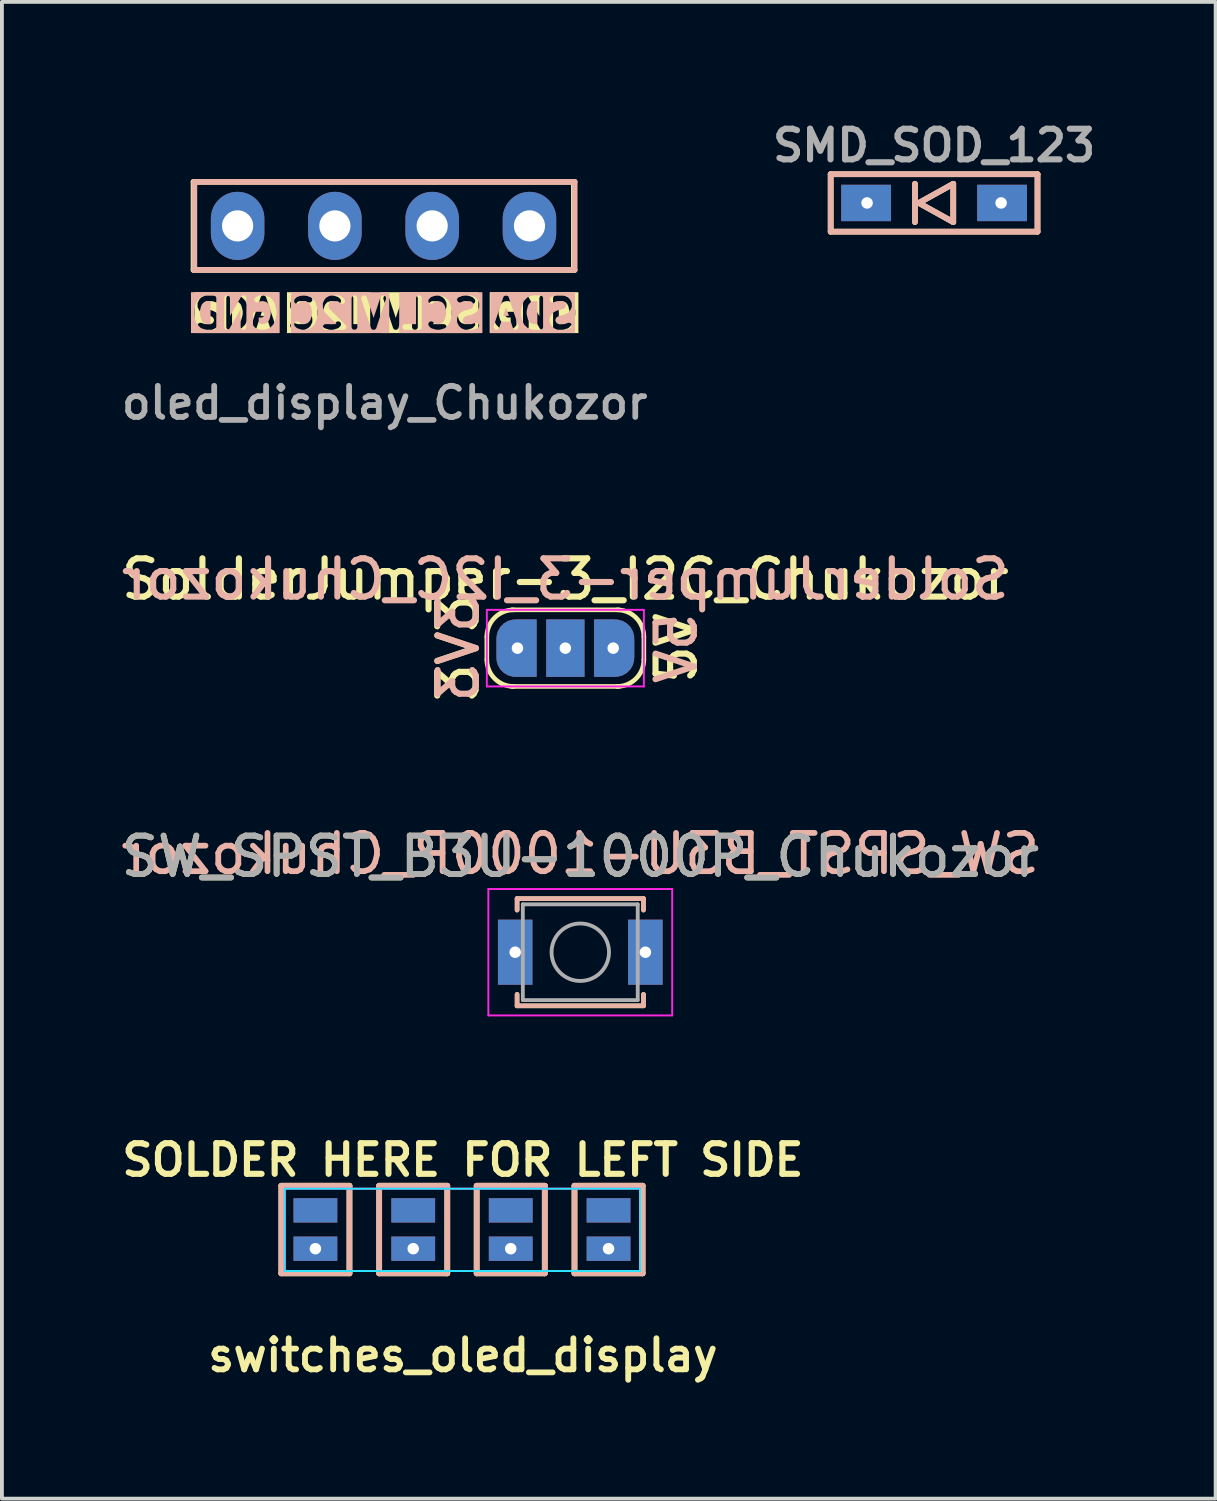
<source format=kicad_pcb>
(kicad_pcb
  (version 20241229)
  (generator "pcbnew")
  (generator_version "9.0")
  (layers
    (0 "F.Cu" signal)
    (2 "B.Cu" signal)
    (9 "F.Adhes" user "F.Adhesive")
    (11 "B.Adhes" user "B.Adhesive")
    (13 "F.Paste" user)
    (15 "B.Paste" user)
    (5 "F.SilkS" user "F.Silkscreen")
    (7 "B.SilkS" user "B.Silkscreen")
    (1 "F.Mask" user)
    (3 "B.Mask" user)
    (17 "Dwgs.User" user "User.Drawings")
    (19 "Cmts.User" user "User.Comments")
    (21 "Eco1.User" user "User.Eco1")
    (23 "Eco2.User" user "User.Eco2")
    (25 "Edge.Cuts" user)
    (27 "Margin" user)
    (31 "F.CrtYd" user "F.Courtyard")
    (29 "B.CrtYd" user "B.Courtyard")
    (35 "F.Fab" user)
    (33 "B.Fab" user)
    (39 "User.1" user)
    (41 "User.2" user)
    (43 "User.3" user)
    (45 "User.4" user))
  (footprint "oled_display_Chukozor"
    (layer "F.Cu")
    (at 6.994 2.848)
    (property "Reference" "oled_display_Chukozor" (at 0 4.62 180) (layer "F.Fab") (effects (font (size 0.813 0.813) (thickness 0.15))))
    (attr through_hole)
    (fp_line (start -4.99 -1.15) (end 4.94 -1.15) (stroke (width 0.15) (type solid)) (layer "F.SilkS"))
    (fp_line (start -4.99 1.15) (end -4.99 -1.15) (stroke (width 0.15) (type solid)) (layer "F.SilkS"))
    (fp_line (start -4.99 1.15) (end 4.94 1.15) (stroke (width 0.15) (type solid)) (layer "F.SilkS"))
    (fp_line (start 4.94 -1.15) (end 4.94 1.15) (stroke (width 0.15) (type solid)) (layer "F.SilkS"))
    (fp_line (start -4.97 -1.15) (end 4.96 -1.15) (stroke (width 0.15) (type solid)) (layer "B.SilkS"))
    (fp_line (start -4.97 1.15) (end -4.97 -1.15) (stroke (width 0.15) (type solid)) (layer "B.SilkS"))
    (fp_line (start -4.97 1.15) (end 4.96 1.15) (stroke (width 0.15) (type solid)) (layer "B.SilkS"))
    (fp_line (start 4.96 -1.15) (end 4.96 1.15) (stroke (width 0.15) (type solid)) (layer "B.SilkS"))
    (fp_text user "SDA" (at -3.9 2.3 0) (unlocked yes) (layer "F.SilkS" knockout) (effects (font (size 0.75 0.75) (thickness 0.15) (bold yes))))
    (fp_text user "SCL" (at -1.5 2.3 0) (unlocked yes) (layer "F.SilkS" knockout) (effects (font (size 0.75 0.75) (thickness 0.15) (bold yes))))
    (fp_text user "GND" (at 3.9 2.3 0) (unlocked yes) (layer "F.SilkS" knockout) (effects (font (size 0.75 0.75) (thickness 0.15) (bold yes))))
    (fp_text user "VI2C" (at 1.2 2.3 0) (unlocked yes) (layer "F.SilkS" knockout) (effects (font (size 0.75 0.75) (thickness 0.15) (bold yes))))
    (fp_text user "SCL" (at 1.5 2.3 0) (unlocked yes) (layer "B.SilkS" knockout) (effects (font (size 0.75 0.75) (thickness 0.15) (bold yes)) (justify mirror)))
    (fp_text user "VI2C" (at -1.2 2.3 0) (unlocked yes) (layer "B.SilkS" knockout) (effects (font (size 0.75 0.75) (thickness 0.15) (bold yes)) (justify mirror)))
    (fp_text user "SDA" (at 3.9 2.3 0) (unlocked yes) (layer "B.SilkS" knockout) (effects (font (size 0.75 0.75) (thickness 0.15) (bold yes)) (justify mirror)))
    (fp_text user "GND" (at -3.9 2.3 0) (unlocked yes) (layer "B.SilkS" knockout) (effects (font (size 0.75 0.75) (thickness 0.15) (bold yes)) (justify mirror)))
    (fp_text user "Oled display" (at 0 -2 0) (layer "User.1") (effects (font (size 1 1) (thickness 0.15))))
    (pad "1" thru_hole oval (at -3.84 0) (size 1.397 1.778) (drill 0.813) (layers "*.Cu" "*.Mask"))
    (pad "2" thru_hole oval (at -1.3 0) (size 1.397 1.778) (drill 0.813) (layers "*.Cu" "*.Mask"))
    (pad "3" thru_hole oval (at 1.24 0) (size 1.397 1.778) (drill 0.813) (layers "*.Cu" "*.Mask"))
    (pad "4" thru_hole oval (at 3.78 0) (size 1.397 1.778) (drill 0.813) (layers "*.Cu" "*.Mask")))
  (footprint "switches_oled_display"
    (layer "F.Cu")
    (at 9.036 29.236)
    (property "Reference" "switches_oled_display" (at 0 3.1 180) (layer "F.SilkS") (effects (font (size 0.813 0.813) (thickness 0.152))))
    (attr through_hole)
    (fp_line (start -4.74 -1.326) (end -2.962 -1.326) (stroke (width 0.15) (type solid)) (layer "F.SilkS"))
    (fp_line (start -4.74 0.96) (end -4.74 -1.326) (stroke (width 0.15) (type solid)) (layer "F.SilkS"))
    (fp_line (start -2.962 -1.326) (end -2.962 0.96) (stroke (width 0.15) (type solid)) (layer "F.SilkS"))
    (fp_line (start -2.962 0.96) (end -4.74 0.96) (stroke (width 0.15) (type solid)) (layer "F.SilkS"))
    (fp_line (start -2.186 -1.326) (end -0.408 -1.326) (stroke (width 0.15) (type solid)) (layer "F.SilkS"))
    (fp_line (start -2.186 0.96) (end -2.186 -1.326) (stroke (width 0.15) (type solid)) (layer "F.SilkS"))
    (fp_line (start -0.408 -1.326) (end -0.408 0.96) (stroke (width 0.15) (type solid)) (layer "F.SilkS"))
    (fp_line (start -0.408 0.96) (end -2.186 0.96) (stroke (width 0.15) (type solid)) (layer "F.SilkS"))
    (fp_line (start 0.36 -1.326) (end 2.138 -1.326) (stroke (width 0.15) (type solid)) (layer "F.SilkS"))
    (fp_line (start 0.36 0.96) (end 0.36 -1.326) (stroke (width 0.15) (type solid)) (layer "F.SilkS"))
    (fp_line (start 2.138 -1.326) (end 2.138 0.96) (stroke (width 0.15) (type solid)) (layer "F.SilkS"))
    (fp_line (start 2.138 0.96) (end 0.36 0.96) (stroke (width 0.15) (type solid)) (layer "F.SilkS"))
    (fp_line (start 2.914 -1.326) (end 4.692 -1.326) (stroke (width 0.15) (type solid)) (layer "F.SilkS"))
    (fp_line (start 2.914 0.96) (end 2.914 -1.326) (stroke (width 0.15) (type solid)) (layer "F.SilkS"))
    (fp_line (start 4.692 -1.326) (end 4.692 0.96) (stroke (width 0.15) (type solid)) (layer "F.SilkS"))
    (fp_line (start 4.692 0.96) (end 2.914 0.96) (stroke (width 0.15) (type solid)) (layer "F.SilkS"))
    (fp_line (start -4.74 -1.326) (end -2.962 -1.326) (stroke (width 0.15) (type solid)) (layer "B.SilkS"))
    (fp_line (start -4.74 0.96) (end -4.74 -1.326) (stroke (width 0.15) (type solid)) (layer "B.SilkS"))
    (fp_line (start -2.962 -1.326) (end -2.962 0.96) (stroke (width 0.15) (type solid)) (layer "B.SilkS"))
    (fp_line (start -2.962 0.96) (end -4.74 0.96) (stroke (width 0.15) (type solid)) (layer "B.SilkS"))
    (fp_line (start -2.186 -1.326) (end -0.408 -1.326) (stroke (width 0.15) (type solid)) (layer "B.SilkS"))
    (fp_line (start -2.186 0.96) (end -2.186 -1.326) (stroke (width 0.15) (type solid)) (layer "B.SilkS"))
    (fp_line (start -0.408 -1.326) (end -0.408 0.96) (stroke (width 0.15) (type solid)) (layer "B.SilkS"))
    (fp_line (start -0.408 0.96) (end -2.186 0.96) (stroke (width 0.15) (type solid)) (layer "B.SilkS"))
    (fp_line (start 0.36 -1.326) (end 2.138 -1.326) (stroke (width 0.15) (type solid)) (layer "B.SilkS"))
    (fp_line (start 0.36 0.96) (end 0.36 -1.326) (stroke (width 0.15) (type solid)) (layer "B.SilkS"))
    (fp_line (start 2.138 -1.326) (end 2.138 0.96) (stroke (width 0.15) (type solid)) (layer "B.SilkS"))
    (fp_line (start 2.138 0.96) (end 0.36 0.96) (stroke (width 0.15) (type solid)) (layer "B.SilkS"))
    (fp_line (start 2.914 -1.326) (end 4.692 -1.326) (stroke (width 0.15) (type solid)) (layer "B.SilkS"))
    (fp_line (start 2.914 0.96) (end 2.914 -1.326) (stroke (width 0.15) (type solid)) (layer "B.SilkS"))
    (fp_line (start 4.692 -1.326) (end 4.692 0.96) (stroke (width 0.15) (type solid)) (layer "B.SilkS"))
    (fp_line (start 4.692 0.96) (end 2.914 0.96) (stroke (width 0.15) (type solid)) (layer "B.SilkS"))
    (fp_rect (start -4.65 -1.25) (end 4.625 0.9) (stroke (width 0.05) (type solid)) (fill no) (layer "B.CrtYd"))
    (fp_rect (start -4.65 -1.25) (end 4.625 0.9) (stroke (width 0.05) (type default)) (fill no) (layer "F.CrtYd"))
    (fp_text user "SOLDER HERE FOR LEFT SIDE" (at 0 -2 0) (unlocked yes) (layer "F.SilkS") (effects (font (size 0.8 0.8) (thickness 0.16) (bold yes))))
    (pad "1" thru_hole circle (at -3.851 0.317) (size 0.6 0.6) (drill 0.3) (layers "*.Cu"))
    (pad "1" smd rect (at -3.851 0.317 90) (size 0.635 1.143) (layers "F.Cu" "F.Mask" "F.Paste"))
    (pad "1" smd rect (at -3.851 0.317 270) (size 0.635 1.143) (layers "B.Cu" "B.Mask" "B.Paste"))
    (pad "2" thru_hole circle (at -1.297 0.317) (size 0.6 0.6) (drill 0.3) (layers "*.Cu"))
    (pad "2" smd rect (at -1.297 0.317 90) (size 0.635 1.143) (layers "F.Cu" "F.Mask" "F.Paste"))
    (pad "2" smd rect (at -1.297 0.317 270) (size 0.635 1.143) (layers "B.Cu" "B.Mask" "B.Paste"))
    (pad "3" thru_hole circle (at 1.249 0.317) (size 0.6 0.6) (drill 0.3) (layers "*.Cu"))
    (pad "3" smd rect (at 1.249 0.317 90) (size 0.635 1.143) (layers "F.Cu" "F.Mask" "F.Paste"))
    (pad "3" smd rect (at 1.249 0.317 270) (size 0.635 1.143) (layers "B.Cu" "B.Mask" "B.Paste"))
    (pad "4" thru_hole circle (at 3.803 0.317) (size 0.6 0.6) (drill 0.3) (layers "*.Cu"))
    (pad "4" smd rect (at 3.803 0.317 90) (size 0.635 1.143) (layers "F.Cu" "F.Mask" "F.Paste"))
    (pad "4" smd rect (at 3.803 0.317 270) (size 0.635 1.143) (layers "B.Cu" "B.Mask" "B.Paste"))
    (pad "5" smd rect (at -3.851 -0.683 90) (size 0.635 1.143) (layers "F.Cu" "F.Mask" "F.Paste"))
    (pad "6" smd rect (at -1.297 -0.683 90) (size 0.635 1.143) (layers "F.Cu" "F.Mask" "F.Paste"))
    (pad "7" smd rect (at 1.249 -0.683 90) (size 0.635 1.143) (layers "F.Cu" "F.Mask" "F.Paste"))
    (pad "8" smd rect (at 3.803 -0.683 90) (size 0.635 1.143) (layers "F.Cu" "F.Mask" "F.Paste"))
    (pad "9" smd rect (at -3.851 -0.683 270) (size 0.635 1.143) (layers "B.Cu" "B.Mask" "B.Paste"))
    (pad "10" smd rect (at -1.297 -0.683 270) (size 0.635 1.143) (layers "B.Cu" "B.Mask" "B.Paste"))
    (pad "11" smd rect (at 1.249 -0.683 270) (size 0.635 1.143) (layers "B.Cu" "B.Mask" "B.Paste"))
    (pad "12" smd rect (at 3.803 -0.683 270) (size 0.635 1.143) (layers "B.Cu" "B.Mask" "B.Paste")))
  (footprint "SW_SPST_B3U-1000P_Chukozor"
    (layer "F.Cu")
    (at 12.101 21.812)
    (property "Reference" "SW_SPST_B3U-1000P_Chukozor" (at 0 -2.5 0) (layer "F.SilkS") (effects (font (size 1 1) (thickness 0.15))))
    (property "Value" "SW_SPST_B3U-1000P_Chukozor" (at 0 2.5 0) (layer "F.Fab") (hide yes) (effects (font (size 1 1) (thickness 0.15))))
    (property "B.Silkscreen_Value" "${VALUE}" (at 0 -2.57 0) (layer "B.SilkS") (effects (font (size 1 1) (thickness 0.15)) (justify mirror)))
    (property "F.Silkscreen_Value" "${VALUE}" (at 0.006 -2.52 0) (layer "B.SilkS") (effects (font (size 1 1) (thickness 0.1))))
    (attr smd)
    (fp_line (start -1.65 -1.4) (end 1.65 -1.4) (stroke (width 0.12) (type solid)) (layer "F.SilkS"))
    (fp_line (start -1.65 -1.1) (end -1.65 -1.4) (stroke (width 0.12) (type solid)) (layer "F.SilkS"))
    (fp_line (start -1.65 1.1) (end -1.65 1.4) (stroke (width 0.12) (type solid)) (layer "F.SilkS"))
    (fp_line (start -1.65 1.4) (end 1.65 1.4) (stroke (width 0.12) (type solid)) (layer "F.SilkS"))
    (fp_line (start 1.65 -1.4) (end 1.65 -1.1) (stroke (width 0.12) (type solid)) (layer "F.SilkS"))
    (fp_line (start 1.65 1.4) (end 1.65 1.1) (stroke (width 0.12) (type solid)) (layer "F.SilkS"))
    (fp_line (start -1.65 -1.4) (end 1.65 -1.4) (stroke (width 0.12) (type solid)) (layer "B.SilkS"))
    (fp_line (start -1.65 -1.1) (end -1.65 -1.4) (stroke (width 0.12) (type solid)) (layer "B.SilkS"))
    (fp_line (start -1.65 1.1) (end -1.65 1.4) (stroke (width 0.12) (type solid)) (layer "B.SilkS"))
    (fp_line (start -1.65 1.4) (end 1.65 1.4) (stroke (width 0.12) (type solid)) (layer "B.SilkS"))
    (fp_line (start 1.65 -1.4) (end 1.65 -1.1) (stroke (width 0.12) (type solid)) (layer "B.SilkS"))
    (fp_line (start 1.65 1.4) (end 1.65 1.1) (stroke (width 0.12) (type solid)) (layer "B.SilkS"))
    (fp_line (start -2.4 -1.65) (end -2.4 1.65) (stroke (width 0.05) (type solid)) (layer "F.CrtYd"))
    (fp_line (start -2.4 1.65) (end 2.4 1.65) (stroke (width 0.05) (type solid)) (layer "F.CrtYd"))
    (fp_line (start 2.4 -1.65) (end -2.4 -1.65) (stroke (width 0.05) (type solid)) (layer "F.CrtYd"))
    (fp_line (start 2.4 1.65) (end 2.4 -1.65) (stroke (width 0.05) (type solid)) (layer "F.CrtYd"))
    (fp_line (start -1.5 -1.25) (end 1.5 -1.25) (stroke (width 0.1) (type solid)) (layer "F.Fab"))
    (fp_line (start -1.5 1.25) (end -1.5 -1.25) (stroke (width 0.1) (type solid)) (layer "F.Fab"))
    (fp_line (start 1.5 -1.25) (end 1.5 1.25) (stroke (width 0.1) (type solid)) (layer "F.Fab"))
    (fp_line (start 1.5 1.25) (end -1.5 1.25) (stroke (width 0.1) (type solid)) (layer "F.Fab"))
    (fp_circle (center 0 0) (end 0.75 0) (stroke (width 0.1) (type solid)) (fill no) (layer "F.Fab"))
    (fp_text user "${REFERENCE}" (at 0 -2.5 0) (layer "F.Fab") (effects (font (size 1 1) (thickness 0.15))))
    (pad "1" thru_hole circle (at -1.7 0) (size 0.6 0.6) (drill 0.3) (layers "*.Cu"))
    (pad "1" smd rect (at -1.7 0) (size 0.9 1.7) (layers "F.Cu" "F.Mask" "F.Paste"))
    (pad "1" smd rect (at -1.7 0) (size 0.9 1.7) (layers "B.Cu" "B.Mask" "B.Paste"))
    (pad "2" thru_hole circle (at 1.7 0) (size 0.6 0.6) (drill 0.3) (layers "*.Cu"))
    (pad "2" smd rect (at 1.7 0) (size 0.9 1.7) (layers "F.Cu" "F.Mask" "F.Paste"))
    (pad "2" smd rect (at 1.7 0) (size 0.9 1.7) (layers "B.Cu" "B.Mask" "B.Paste")))
  (footprint "SolderJumper-3_I2C_Chukozor"
    (layer "F.Cu")
    (at 11.711 13.873)
    (property "Reference" "SolderJumper-3_I2C_Chukozor" (at 0 -1.8 0) (layer "F.SilkS") (effects (font (size 1 1) (thickness 0.16))))
    (property "B.Silkscreen.Ref" "${REFERENCE}" (at 0 -1.8 0) (layer "B.SilkS") (effects (font (size 1 1) (thickness 0.16)) (justify mirror)))
    (attr exclude_from_pos_files exclude_from_bom)
    (fp_line (start -2.05 0.3) (end -2.05 -0.3) (stroke (width 0.12) (type solid)) (layer "F.SilkS"))
    (fp_line (start -1.4 -1) (end 1.4 -1) (stroke (width 0.12) (type solid)) (layer "F.SilkS"))
    (fp_line (start 1.4 1) (end -1.4 1) (stroke (width 0.12) (type solid)) (layer "F.SilkS"))
    (fp_line (start 2.05 -0.3) (end 2.05 0.3) (stroke (width 0.12) (type solid)) (layer "F.SilkS"))
    (fp_arc (start -2.05 -0.3) (mid -1.844975 -0.794975) (end -1.35 -1) (stroke (width 0.12) (type solid)) (layer "F.SilkS"))
    (fp_arc (start -1.35 1) (mid -1.844975 0.794975) (end -2.05 0.3) (stroke (width 0.12) (type solid)) (layer "F.SilkS"))
    (fp_arc (start 1.35 -1) (mid 1.844975 -0.794975) (end 2.05 -0.3) (stroke (width 0.12) (type solid)) (layer "F.SilkS"))
    (fp_arc (start 2.05 0.3) (mid 1.844975 0.794975) (end 1.35 1) (stroke (width 0.12) (type solid)) (layer "F.SilkS"))
    (fp_line (start -2.05 -1) (end -2.05 1) (stroke (width 0.05) (type solid)) (layer "F.CrtYd"))
    (fp_line (start -2.05 -1) (end 2.05 -1) (stroke (width 0.05) (type solid)) (layer "F.CrtYd"))
    (fp_line (start 2.05 1) (end -2.05 1) (stroke (width 0.05) (type solid)) (layer "F.CrtYd"))
    (fp_line (start 2.05 1) (end 2.05 -1) (stroke (width 0.05) (type solid)) (layer "F.CrtYd"))
    (fp_text user "5V" (at 2.9 0 90) (layer "F.SilkS") (effects (font (size 1 1) (thickness 0.16))))
    (fp_text user "3V3" (at -2.8 0 90) (layer "F.SilkS") (effects (font (size 1 1) (thickness 0.16))))
    (fp_text user "5V" (at 2.9 0 270) (layer "B.SilkS") (effects (font (size 1 1) (thickness 0.16)) (justify mirror)))
    (fp_text user "3V3" (at -2.79 0 270) (layer "B.SilkS") (effects (font (size 1 1) (thickness 0.16)) (justify mirror)))
    (pad "1" smd custom (at -1.3 0) (size 1 0.5) (layers "F.Cu" "F.Mask") (options (anchor rect)) (primitives (gr_circle (center 0 0.25) (end 0.5 0.25) (width 0) (fill yes)) (gr_circle (center 0 -0.25) (end 0.5 -0.25) (width 0) (fill yes)) (gr_poly (pts (xy 0.55 0.75) (xy 0 0.75) (xy 0 -0.75) (xy 0.55 -0.75)) (width 0) (fill yes))))
    (pad "1" smd custom (at -1.3 0) (size 1 0.5) (layers "B.Cu" "B.Mask") (options (anchor rect)) (primitives (gr_circle (center 0 0.25) (end -0.5 0.25) (width 0) (fill yes)) (gr_circle (center 0 -0.25) (end -0.5 -0.25) (width 0) (fill yes)) (gr_poly (pts (xy 0 0.75) (xy 0.55 0.75) (xy 0.55 -0.75) (xy 0 -0.75)) (width 0) (fill yes))))
    (pad "1" thru_hole circle (at -1.25 0) (size 0.6 0.6) (drill 0.3) (layers "*.Cu"))
    (pad "2" thru_hole circle (at 0 0) (size 0.6 0.6) (drill 0.3) (layers "*.Cu"))
    (pad "2" smd rect (at 0 0) (size 1 1.5) (layers "F.Cu" "F.Mask"))
    (pad "2" smd rect (at 0 0) (size 1 1.5) (layers "B.Cu" "B.Mask"))
    (pad "3" thru_hole circle (at 1.25 0) (size 0.6 0.6) (drill 0.3) (layers "*.Cu"))
    (pad "3" smd custom (at 1.3 0) (size 1 0.5) (layers "F.Cu" "F.Mask") (options (anchor rect)) (primitives (gr_circle (center 0 0.25) (end 0.5 0.25) (width 0) (fill yes)) (gr_circle (center 0 -0.25) (end 0.5 -0.25) (width 0) (fill yes)) (gr_poly (pts (xy 0 0.75) (xy -0.55 0.75) (xy -0.55 -0.75) (xy 0 -0.75)) (width 0) (fill yes))))
    (pad "3" smd custom (at 1.3 0) (size 1 0.5) (layers "B.Cu" "B.Mask") (options (anchor rect)) (primitives (gr_circle (center 0 0.25) (end -0.5 0.25) (width 0) (fill yes)) (gr_circle (center 0 -0.25) (end -0.5 -0.25) (width 0) (fill yes)) (gr_poly (pts (xy -0.55 0.75) (xy 0 0.75) (xy 0 -0.75) (xy -0.55 -0.75)) (width 0) (fill yes)))))
  (footprint "SMD_SOD_123"
    (layer "F.Cu")
    (at 21.339 2.249)
    (property "Reference" "SMD_SOD_123" (at 0 -1.5 0) (layer "F.Fab") (effects (font (size 0.8 0.8) (thickness 0.16) (bold yes))))
    (attr smd)
    (fp_line (start -2.7 -0.75) (end -2.7 0.75) (stroke (width 0.15) (type solid)) (layer "F.SilkS"))
    (fp_line (start -2.7 0.75) (end 2.7 0.75) (stroke (width 0.15) (type solid)) (layer "F.SilkS"))
    (fp_line (start -0.5 -0.5) (end -0.5 0.5) (stroke (width 0.15) (type solid)) (layer "F.SilkS"))
    (fp_line (start -0.4 0) (end 0.5 -0.5) (stroke (width 0.15) (type solid)) (layer "F.SilkS"))
    (fp_line (start 0.5 -0.5) (end 0.5 0.5) (stroke (width 0.15) (type solid)) (layer "F.SilkS"))
    (fp_line (start 0.5 0.5) (end -0.4 0) (stroke (width 0.15) (type solid)) (layer "F.SilkS"))
    (fp_line (start 2.7 -0.75) (end -2.7 -0.75) (stroke (width 0.15) (type solid)) (layer "F.SilkS"))
    (fp_line (start 2.7 0.75) (end 2.7 -0.75) (stroke (width 0.15) (type solid)) (layer "F.SilkS"))
    (fp_line (start -2.7 -0.75) (end -2.7 0.75) (stroke (width 0.15) (type solid)) (layer "B.SilkS"))
    (fp_line (start -2.7 0.75) (end 2.7 0.75) (stroke (width 0.15) (type solid)) (layer "B.SilkS"))
    (fp_line (start -0.5 -0.5) (end -0.5 0.5) (stroke (width 0.15) (type solid)) (layer "B.SilkS"))
    (fp_line (start -0.4 0) (end 0.5 -0.5) (stroke (width 0.15) (type solid)) (layer "B.SilkS"))
    (fp_line (start 0.5 -0.5) (end 0.5 0.5) (stroke (width 0.15) (type solid)) (layer "B.SilkS"))
    (fp_line (start 0.5 0.5) (end -0.4 0) (stroke (width 0.15) (type solid)) (layer "B.SilkS"))
    (fp_line (start 2.7 -0.75) (end -2.7 -0.75) (stroke (width 0.15) (type solid)) (layer "B.SilkS"))
    (fp_line (start 2.7 0.75) (end 2.7 -0.75) (stroke (width 0.15) (type solid)) (layer "B.SilkS"))
    (pad "1" smd rect (at -1.775 0) (size 1.3 0.95) (layers "F.Cu" "F.Mask" "F.Paste"))
    (pad "1" smd rect (at -1.775 0) (size 1.3 0.95) (layers "B.Cu" "B.Mask" "B.Paste"))
    (pad "1" thru_hole circle (at -1.75 0) (size 0.6 0.6) (drill 0.3) (layers "*.Cu"))
    (pad "2" thru_hole circle (at 1.75 0) (size 0.6 0.6) (drill 0.3) (layers "*.Cu"))
    (pad "2" smd rect (at 1.775 0) (size 1.3 0.95) (layers "F.Cu" "F.Mask" "F.Paste"))
    (pad "2" smd rect (at 1.775 0) (size 1.3 0.95) (layers "B.Cu" "B.Mask" "B.Paste")))
  (gr_rect
    (start -3 -3)
    (end 28.69 36.079)
    (stroke (width 0.1) (type default))
    (fill no)
    (layer "Edge.Cuts")))
</source>
